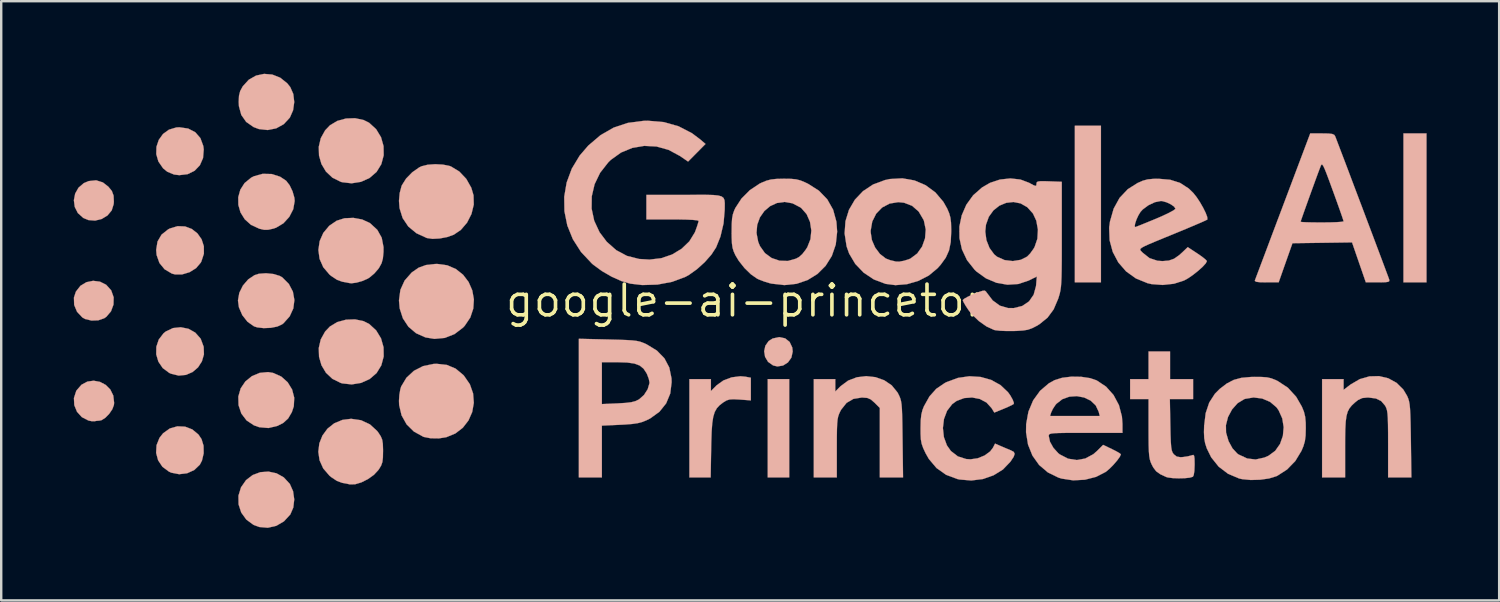
<source format=kicad_pcb>
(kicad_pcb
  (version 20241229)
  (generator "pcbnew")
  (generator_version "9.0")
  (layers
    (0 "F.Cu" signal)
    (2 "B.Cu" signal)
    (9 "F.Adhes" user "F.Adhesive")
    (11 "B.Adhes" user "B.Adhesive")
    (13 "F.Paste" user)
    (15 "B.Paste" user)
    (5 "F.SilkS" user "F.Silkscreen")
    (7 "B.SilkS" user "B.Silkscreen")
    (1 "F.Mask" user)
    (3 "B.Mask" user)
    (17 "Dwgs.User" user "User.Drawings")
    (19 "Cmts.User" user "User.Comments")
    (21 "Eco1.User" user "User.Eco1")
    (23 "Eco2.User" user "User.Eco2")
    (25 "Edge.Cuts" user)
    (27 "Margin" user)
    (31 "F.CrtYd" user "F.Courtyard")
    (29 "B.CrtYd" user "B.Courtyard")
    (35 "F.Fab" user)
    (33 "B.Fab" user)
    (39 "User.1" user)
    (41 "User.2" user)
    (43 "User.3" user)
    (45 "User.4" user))
  (footprint "google-ai-princeton"
    (layer "F.Cu")
    (at 27.934 9.388)
    (property "Reference" "google-ai-princeton" (at 0 0 0) (layer "F.SilkS") (effects (font (size 1.27 1.27) (thickness 0.15))))
    (attr through_hole)
    (fp_poly (pts (xy 1.651 7.303) (xy 0.762 7.303) (xy 0.762 3.239) (xy 1.651 3.239) (xy 1.651 7.303)) (stroke (width 0.01) (type solid)) (fill yes) (layer "B.SilkS"))
    (fp_poly (pts (xy 14.541 -0.762) (xy 13.462 -0.762) (xy 13.462 -7.239) (xy 14.541 -7.239) (xy 14.541 -0.762)) (stroke (width 0.01) (type solid)) (fill yes) (layer "B.SilkS"))
    (fp_poly (pts (xy 28.003 -0.762) (xy 27.051 -0.762) (xy 27.051 -6.921) (xy 28.003 -6.921) (xy 28.003 -0.762)) (stroke (width 0.01) (type solid)) (fill yes) (layer "B.SilkS"))
    (fp_poly (pts (xy 1.482 1.553) (xy 1.668 1.701) (xy 1.777 1.931) (xy 1.795 2.099) (xy 1.741 2.349) (xy 1.599 2.548) (xy 1.396 2.677) (xy 1.161 2.715) (xy 0.984 2.673) (xy 0.776 2.525) (xy 0.653 2.319) (xy 0.615 2.086) (xy 0.665 1.857) (xy 0.801 1.664) (xy 0.966 1.559) (xy 1.241 1.501) (xy 1.482 1.553)) (stroke (width 0.01) (type solid)) (fill yes) (layer "B.SilkS"))
    (fp_poly (pts (xy -26.851 -0.791) (xy -26.594 -0.663) (xy -26.392 -0.439) (xy -26.384 -0.427) (xy -26.284 -0.144) (xy -26.291 0.155) (xy -26.394 0.435) (xy -26.586 0.661) (xy -26.673 0.722) (xy -26.918 0.807) (xy -27.2 0.817) (xy -27.462 0.754) (xy -27.577 0.69) (xy -27.798 0.455) (xy -27.917 0.172) (xy -27.927 -0.131) (xy -27.846 -0.379) (xy -27.659 -0.619) (xy -27.411 -0.769) (xy -27.133 -0.826) (xy -26.851 -0.791)) (stroke (width 0.01) (type solid)) (fill yes) (layer "B.SilkS"))
    (fp_poly (pts (xy -26.729 -4.894) (xy -26.504 -4.719) (xy -26.358 -4.54) (xy -26.287 -4.347) (xy -26.276 -4.096) (xy -26.283 -4) (xy -26.364 -3.739) (xy -26.538 -3.529) (xy -26.776 -3.384) (xy -27.051 -3.316) (xy -27.334 -3.339) (xy -27.54 -3.426) (xy -27.765 -3.628) (xy -27.893 -3.881) (xy -27.929 -4.158) (xy -27.876 -4.432) (xy -27.738 -4.677) (xy -27.519 -4.865) (xy -27.317 -4.95) (xy -27.008 -4.982) (xy -26.729 -4.894)) (stroke (width 0.01) (type solid)) (fill yes) (layer "B.SilkS"))
    (fp_poly (pts (xy -23.331 5.205) (xy -23.032 5.319) (xy -22.779 5.529) (xy -22.65 5.72) (xy -22.567 5.993) (xy -22.562 6.308) (xy -22.632 6.608) (xy -22.72 6.777) (xy -22.951 6.998) (xy -23.247 7.132) (xy -23.575 7.171) (xy -23.9 7.108) (xy -23.998 7.064) (xy -24.268 6.863) (xy -24.446 6.596) (xy -24.528 6.29) (xy -24.511 5.972) (xy -24.39 5.669) (xy -24.24 5.478) (xy -23.962 5.28) (xy -23.65 5.191) (xy -23.331 5.205)) (stroke (width 0.01) (type solid)) (fill yes) (layer "B.SilkS"))
    (fp_poly (pts (xy -23.203 -7.122) (xy -22.908 -6.969) (xy -22.697 -6.726) (xy -22.578 -6.403) (xy -22.559 -6.261) (xy -22.588 -5.903) (xy -22.719 -5.604) (xy -22.937 -5.377) (xy -23.226 -5.236) (xy -23.57 -5.195) (xy -23.786 -5.221) (xy -24.064 -5.335) (xy -24.24 -5.478) (xy -24.434 -5.759) (xy -24.522 -6.063) (xy -24.514 -6.369) (xy -24.418 -6.654) (xy -24.243 -6.898) (xy -23.998 -7.076) (xy -23.691 -7.168) (xy -23.568 -7.175) (xy -23.203 -7.122)) (stroke (width 0.01) (type solid)) (fill yes) (layer "B.SilkS"))
    (fp_poly (pts (xy -23.329 -3.074) (xy -23.051 -2.969) (xy -22.819 -2.786) (xy -22.648 -2.544) (xy -22.555 -2.257) (xy -22.553 -1.945) (xy -22.659 -1.622) (xy -22.681 -1.58) (xy -22.875 -1.351) (xy -23.144 -1.183) (xy -23.449 -1.092) (xy -23.751 -1.092) (xy -23.876 -1.125) (xy -24.177 -1.302) (xy -24.391 -1.563) (xy -24.508 -1.893) (xy -24.526 -2.103) (xy -24.47 -2.451) (xy -24.305 -2.735) (xy -24.033 -2.952) (xy -23.964 -2.988) (xy -23.639 -3.086) (xy -23.329 -3.074)) (stroke (width 0.01) (type solid)) (fill yes) (layer "B.SilkS"))
    (fp_poly (pts (xy -23.191 1.158) (xy -22.91 1.315) (xy -22.696 1.556) (xy -22.681 1.58) (xy -22.562 1.901) (xy -22.551 2.215) (xy -22.635 2.504) (xy -22.796 2.754) (xy -23.021 2.946) (xy -23.293 3.064) (xy -23.596 3.093) (xy -23.916 3.014) (xy -23.986 2.982) (xy -24.255 2.782) (xy -24.435 2.517) (xy -24.524 2.215) (xy -24.519 1.901) (xy -24.419 1.602) (xy -24.221 1.344) (xy -24.125 1.267) (xy -23.83 1.128) (xy -23.508 1.094) (xy -23.191 1.158)) (stroke (width 0.01) (type solid)) (fill yes) (layer "B.SilkS"))
    (fp_poly (pts (xy -19.693 2.982) (xy -19.354 3.133) (xy -19.088 3.37) (xy -18.905 3.669) (xy -18.817 4.008) (xy -18.835 4.362) (xy -18.915 4.604) (xy -19.069 4.866) (xy -19.269 5.049) (xy -19.511 5.173) (xy -19.882 5.261) (xy -20.263 5.228) (xy -20.484 5.15) (xy -20.788 4.947) (xy -21.004 4.663) (xy -21.12 4.318) (xy -21.129 3.961) (xy -21.031 3.621) (xy -20.836 3.333) (xy -20.566 3.115) (xy -20.246 2.981) (xy -19.899 2.948) (xy -19.693 2.982)) (stroke (width 0.01) (type solid)) (fill yes) (layer "B.SilkS"))
    (fp_poly (pts (xy -19.552 7.133) (xy -19.251 7.301) (xy -19.004 7.567) (xy -18.998 7.575) (xy -18.865 7.875) (xy -18.817 8.213) (xy -18.855 8.547) (xy -18.978 8.833) (xy -18.981 8.837) (xy -19.242 9.12) (xy -19.559 9.305) (xy -19.908 9.385) (xy -20.265 9.354) (xy -20.5 9.266) (xy -20.798 9.048) (xy -21.008 8.757) (xy -21.119 8.419) (xy -21.124 8.06) (xy -21.018 7.715) (xy -20.81 7.415) (xy -20.536 7.205) (xy -20.218 7.087) (xy -19.883 7.063) (xy -19.552 7.133)) (stroke (width 0.01) (type solid)) (fill yes) (layer "B.SilkS"))
    (fp_poly (pts (xy -26.849 3.353) (xy -26.613 3.478) (xy -26.422 3.669) (xy -26.299 3.92) (xy -26.265 4.22) (xy -26.274 4.31) (xy -26.34 4.486) (xy -26.468 4.673) (xy -26.626 4.835) (xy -26.783 4.936) (xy -26.857 4.953) (xy -27.006 4.967) (xy -27.062 4.979) (xy -27.181 4.981) (xy -27.328 4.951) (xy -27.601 4.81) (xy -27.8 4.589) (xy -27.912 4.316) (xy -27.927 4.022) (xy -27.834 3.734) (xy -27.816 3.702) (xy -27.614 3.471) (xy -27.371 3.341) (xy -27.109 3.305) (xy -26.849 3.353)) (stroke (width 0.01) (type solid)) (fill yes) (layer "B.SilkS"))
    (fp_poly (pts (xy -15.95 -7.476) (xy -15.721 -7.362) (xy -15.429 -7.095) (xy -15.228 -6.764) (xy -15.124 -6.397) (xy -15.118 -6.017) (xy -15.216 -5.649) (xy -15.412 -5.33) (xy -15.702 -5.079) (xy -16.057 -4.919) (xy -16.446 -4.858) (xy -16.838 -4.904) (xy -16.895 -4.921) (xy -17.238 -5.091) (xy -17.505 -5.343) (xy -17.691 -5.654) (xy -17.792 -6.003) (xy -17.803 -6.366) (xy -17.72 -6.723) (xy -17.539 -7.049) (xy -17.34 -7.257) (xy -17.037 -7.438) (xy -16.678 -7.537) (xy -16.303 -7.55) (xy -15.95 -7.476)) (stroke (width 0.01) (type solid)) (fill yes) (layer "B.SilkS"))
    (fp_poly (pts (xy -15.95 0.842) (xy -15.721 0.956) (xy -15.429 1.224) (xy -15.228 1.554) (xy -15.124 1.922) (xy -15.118 2.302) (xy -15.216 2.669) (xy -15.412 2.989) (xy -15.698 3.235) (xy -16.051 3.395) (xy -16.439 3.458) (xy -16.828 3.416) (xy -16.895 3.397) (xy -17.238 3.228) (xy -17.505 2.977) (xy -17.69 2.667) (xy -17.791 2.318) (xy -17.803 1.955) (xy -17.721 1.599) (xy -17.541 1.273) (xy -17.34 1.061) (xy -17.037 0.88) (xy -16.678 0.782) (xy -16.303 0.768) (xy -15.95 0.842)) (stroke (width 0.01) (type solid)) (fill yes) (layer "B.SilkS"))
    (fp_poly (pts (xy -19.722 -9.354) (xy -19.396 -9.225) (xy -19.109 -8.996) (xy -18.981 -8.837) (xy -18.856 -8.552) (xy -18.817 -8.218) (xy -18.864 -7.88) (xy -18.996 -7.579) (xy -18.998 -7.575) (xy -19.248 -7.305) (xy -19.562 -7.131) (xy -19.914 -7.061) (xy -20.277 -7.101) (xy -20.5 -7.185) (xy -20.805 -7.398) (xy -21.006 -7.685) (xy -21.104 -8.044) (xy -21.114 -8.223) (xy -21.101 -8.481) (xy -21.052 -8.673) (xy -20.951 -8.859) (xy -20.943 -8.871) (xy -20.696 -9.142) (xy -20.394 -9.313) (xy -20.062 -9.383) (xy -19.722 -9.354)) (stroke (width 0.01) (type solid)) (fill yes) (layer "B.SilkS"))
    (fp_poly (pts (xy -19.68 -1.108) (xy -19.42 -1.03) (xy -19.313 -0.97) (xy -19.04 -0.697) (xy -18.872 -0.377) (xy -18.811 -0.032) (xy -18.855 0.316) (xy -19.005 0.643) (xy -19.26 0.928) (xy -19.321 0.975) (xy -19.517 1.065) (xy -19.787 1.118) (xy -20.081 1.13) (xy -20.348 1.099) (xy -20.479 1.057) (xy -20.75 0.867) (xy -20.966 0.592) (xy -21.105 0.269) (xy -21.144 -0.014) (xy -21.088 -0.33) (xy -20.939 -0.631) (xy -20.721 -0.884) (xy -20.459 -1.06) (xy -20.282 -1.117) (xy -19.984 -1.139) (xy -19.68 -1.108)) (stroke (width 0.01) (type solid)) (fill yes) (layer "B.SilkS"))
    (fp_poly (pts (xy -19.752 -5.242) (xy -19.402 -5.131) (xy -19.154 -4.966) (xy -19.009 -4.781) (xy -18.887 -4.526) (xy -18.811 -4.26) (xy -18.799 -4.128) (xy -18.858 -3.787) (xy -19.022 -3.469) (xy -19.265 -3.204) (xy -19.567 -3.023) (xy -19.671 -2.987) (xy -19.891 -2.937) (xy -20.063 -2.935) (xy -20.258 -2.98) (xy -20.266 -2.983) (xy -20.605 -3.14) (xy -20.863 -3.371) (xy -21.038 -3.652) (xy -21.128 -3.964) (xy -21.132 -4.285) (xy -21.046 -4.594) (xy -20.87 -4.869) (xy -20.6 -5.09) (xy -20.484 -5.15) (xy -20.125 -5.25) (xy -19.752 -5.242)) (stroke (width 0.01) (type solid)) (fill yes) (layer "B.SilkS"))
    (fp_poly (pts (xy -0.166 3.138) (xy 0.064 3.181) (xy 0.064 4.118) (xy -0.397 4.084) (xy -0.648 4.071) (xy -0.816 4.081) (xy -0.944 4.122) (xy -1.073 4.2) (xy -1.074 4.2) (xy -1.226 4.317) (xy -1.343 4.444) (xy -1.429 4.598) (xy -1.491 4.8) (xy -1.532 5.066) (xy -1.557 5.415) (xy -1.572 5.865) (xy -1.576 6.08) (xy -1.597 7.303) (xy -2.477 7.303) (xy -2.477 3.239) (xy -1.587 3.239) (xy -1.587 3.732) (xy -1.349 3.493) (xy -1.072 3.295) (xy -0.73 3.166) (xy -0.369 3.12) (xy -0.166 3.138)) (stroke (width 0.01) (type solid)) (fill yes) (layer "B.SilkS"))
    (fp_poly (pts (xy -12.491 -1.468) (xy -12.131 -1.313) (xy -11.834 -1.076) (xy -11.606 -0.776) (xy -11.455 -0.431) (xy -11.388 -0.06) (xy -11.413 0.321) (xy -11.536 0.691) (xy -11.767 1.034) (xy -11.834 1.106) (xy -12.189 1.377) (xy -12.591 1.535) (xy -13.021 1.575) (xy -13.392 1.514) (xy -13.781 1.34) (xy -14.096 1.072) (xy -14.325 0.725) (xy -14.457 0.315) (xy -14.486 -0.015) (xy -14.427 -0.453) (xy -14.253 -0.836) (xy -13.965 -1.164) (xy -13.953 -1.175) (xy -13.673 -1.369) (xy -13.366 -1.48) (xy -12.994 -1.522) (xy -12.904 -1.524) (xy -12.491 -1.468)) (stroke (width 0.01) (type solid)) (fill yes) (layer "B.SilkS"))
    (fp_poly (pts (xy -12.5 2.654) (xy -12.142 2.805) (xy -11.826 3.068) (xy -11.798 3.099) (xy -11.554 3.452) (xy -11.421 3.832) (xy -11.391 4.22) (xy -11.457 4.598) (xy -11.611 4.947) (xy -11.846 5.25) (xy -12.155 5.487) (xy -12.529 5.641) (xy -12.839 5.69) (xy -13.179 5.685) (xy -13.453 5.631) (xy -13.478 5.623) (xy -13.867 5.409) (xy -14.171 5.11) (xy -14.378 4.739) (xy -14.479 4.312) (xy -14.486 4.138) (xy -14.47 3.889) (xy -14.43 3.658) (xy -14.396 3.546) (xy -14.177 3.181) (xy -13.87 2.896) (xy -13.492 2.702) (xy -13.063 2.611) (xy -12.922 2.606) (xy -12.5 2.654)) (stroke (width 0.01) (type solid)) (fill yes) (layer "B.SilkS"))
    (fp_poly (pts (xy -12.666 -5.631) (xy -12.39 -5.574) (xy -12.333 -5.553) (xy -11.99 -5.345) (xy -11.704 -5.043) (xy -11.496 -4.676) (xy -11.403 -4.362) (xy -11.393 -3.978) (xy -11.488 -3.59) (xy -11.671 -3.231) (xy -11.928 -2.931) (xy -12.219 -2.733) (xy -12.49 -2.636) (xy -12.8 -2.577) (xy -13.099 -2.561) (xy -13.335 -2.596) (xy -13.335 -2.596) (xy -13.765 -2.794) (xy -14.1 -3.071) (xy -14.335 -3.421) (xy -14.463 -3.833) (xy -14.486 -4.132) (xy -14.456 -4.456) (xy -14.379 -4.745) (xy -14.365 -4.778) (xy -14.191 -5.054) (xy -13.937 -5.314) (xy -13.649 -5.516) (xy -13.548 -5.564) (xy -13.3 -5.626) (xy -12.988 -5.648) (xy -12.666 -5.631)) (stroke (width 0.01) (type solid)) (fill yes) (layer "B.SilkS"))
    (fp_poly (pts (xy -16.008 -3.362) (xy -15.693 -3.217) (xy -15.676 -3.205) (xy -15.382 -2.933) (xy -15.2 -2.608) (xy -15.125 -2.219) (xy -15.126 -2.019) (xy -15.151 -1.751) (xy -15.205 -1.554) (xy -15.305 -1.372) (xy -15.34 -1.32) (xy -15.507 -1.128) (xy -15.704 -0.962) (xy -15.783 -0.913) (xy -16.005 -0.817) (xy -16.245 -0.75) (xy -16.452 -0.724) (xy -16.542 -0.734) (xy -16.643 -0.755) (xy -16.808 -0.785) (xy -16.836 -0.79) (xy -17.052 -0.87) (xy -17.295 -1.032) (xy -17.36 -1.086) (xy -17.618 -1.39) (xy -17.77 -1.736) (xy -17.818 -2.102) (xy -17.766 -2.466) (xy -17.616 -2.806) (xy -17.371 -3.1) (xy -17.065 -3.31) (xy -16.74 -3.413) (xy -16.373 -3.429) (xy -16.008 -3.362)) (stroke (width 0.01) (type solid)) (fill yes) (layer "B.SilkS"))
    (fp_poly (pts (xy -16.054 4.939) (xy -15.689 5.109) (xy -15.392 5.38) (xy -15.336 5.454) (xy -15.237 5.607) (xy -15.18 5.745) (xy -15.153 5.913) (xy -15.145 6.154) (xy -15.145 6.223) (xy -15.15 6.487) (xy -15.172 6.668) (xy -15.222 6.811) (xy -15.311 6.959) (xy -15.336 6.995) (xy -15.52 7.195) (xy -15.766 7.371) (xy -16.037 7.508) (xy -16.3 7.587) (xy -16.517 7.592) (xy -16.542 7.586) (xy -16.643 7.563) (xy -16.808 7.533) (xy -16.836 7.528) (xy -17.052 7.448) (xy -17.295 7.287) (xy -17.36 7.232) (xy -17.619 6.931) (xy -17.77 6.595) (xy -17.821 6.244) (xy -17.779 5.896) (xy -17.65 5.571) (xy -17.442 5.288) (xy -17.163 5.066) (xy -16.819 4.924) (xy -16.464 4.88) (xy -16.054 4.939)) (stroke (width 0.01) (type solid)) (fill yes) (layer "B.SilkS"))
    (fp_poly (pts (xy 5.219 3.158) (xy 5.579 3.286) (xy 5.889 3.496) (xy 6.126 3.786) (xy 6.156 3.84) (xy 6.206 3.942) (xy 6.245 4.038) (xy 6.274 4.146) (xy 6.296 4.285) (xy 6.311 4.472) (xy 6.321 4.724) (xy 6.329 5.06) (xy 6.335 5.498) (xy 6.338 5.729) (xy 6.358 7.303) (xy 5.397 7.303) (xy 5.397 4.432) (xy 5.182 4.216) (xy 5.027 4.081) (xy 4.881 4.017) (xy 4.68 4.001) (xy 4.651 4) (xy 4.306 4.056) (xy 4.023 4.221) (xy 3.801 4.499) (xy 3.762 4.57) (xy 3.713 4.676) (xy 3.676 4.784) (xy 3.65 4.913) (xy 3.634 5.084) (xy 3.625 5.32) (xy 3.62 5.64) (xy 3.619 6.065) (xy 3.619 7.303) (xy 2.667 7.303) (xy 2.667 3.239) (xy 3.556 3.239) (xy 3.556 3.751) (xy 3.774 3.533) (xy 4.087 3.3) (xy 4.449 3.162) (xy 4.834 3.116) (xy 5.219 3.158)) (stroke (width 0.01) (type solid)) (fill yes) (layer "B.SilkS"))
    (fp_poly (pts (xy 26.424 3.205) (xy 26.765 3.392) (xy 27.046 3.671) (xy 27.204 3.937) (xy 27.246 4.037) (xy 27.279 4.145) (xy 27.304 4.28) (xy 27.322 4.458) (xy 27.335 4.698) (xy 27.345 5.018) (xy 27.353 5.435) (xy 27.358 5.763) (xy 27.378 7.303) (xy 26.416 7.303) (xy 26.416 5.921) (xy 26.415 5.463) (xy 26.411 5.113) (xy 26.404 4.854) (xy 26.391 4.668) (xy 26.371 4.535) (xy 26.342 4.438) (xy 26.304 4.358) (xy 26.289 4.332) (xy 26.129 4.146) (xy 25.913 4.04) (xy 25.613 4.001) (xy 25.557 4) (xy 25.346 4.022) (xy 25.173 4.103) (xy 25.044 4.206) (xy 24.914 4.328) (xy 24.815 4.449) (xy 24.743 4.589) (xy 24.694 4.766) (xy 24.663 4.999) (xy 24.646 5.308) (xy 24.639 5.711) (xy 24.638 6.062) (xy 24.638 7.303) (xy 23.686 7.303) (xy 23.686 3.239) (xy 24.575 3.239) (xy 24.575 3.682) (xy 24.862 3.463) (xy 25.243 3.24) (xy 25.644 3.125) (xy 26.044 3.115) (xy 26.424 3.205)) (stroke (width 0.01) (type solid)) (fill yes) (layer "B.SilkS"))
    (fp_poly (pts (xy 17.399 3.239) (xy 18.352 3.239) (xy 18.352 4.064) (xy 17.391 4.064) (xy 17.411 5.137) (xy 17.419 5.536) (xy 17.43 5.828) (xy 17.445 6.033) (xy 17.467 6.172) (xy 17.498 6.264) (xy 17.541 6.331) (xy 17.556 6.349) (xy 17.676 6.442) (xy 17.831 6.468) (xy 17.937 6.461) (xy 18.131 6.432) (xy 18.283 6.394) (xy 18.304 6.386) (xy 18.362 6.372) (xy 18.395 6.412) (xy 18.411 6.528) (xy 18.415 6.744) (xy 18.415 6.784) (xy 18.405 7.033) (xy 18.378 7.207) (xy 18.343 7.276) (xy 18.214 7.314) (xy 18.003 7.336) (xy 17.753 7.342) (xy 17.507 7.332) (xy 17.31 7.306) (xy 17.24 7.286) (xy 16.99 7.169) (xy 16.824 7.049) (xy 16.705 6.892) (xy 16.643 6.776) (xy 16.596 6.669) (xy 16.562 6.556) (xy 16.538 6.416) (xy 16.523 6.228) (xy 16.514 5.972) (xy 16.511 5.625) (xy 16.51 5.282) (xy 16.51 4.064) (xy 15.748 4.064) (xy 15.748 3.239) (xy 16.51 3.239) (xy 16.51 2.095) (xy 17.399 2.095) (xy 17.399 3.239)) (stroke (width 0.01) (type solid)) (fill yes) (layer "B.SilkS"))
    (fp_poly (pts (xy -5.826 1.6) (xy -5.399 1.611) (xy -5.077 1.623) (xy -4.838 1.638) (xy -4.66 1.659) (xy -4.521 1.689) (xy -4.399 1.732) (xy -4.271 1.788) (xy -4.244 1.801) (xy -3.821 2.059) (xy -3.509 2.379) (xy -3.308 2.76) (xy -3.217 3.204) (xy -3.211 3.365) (xy -3.268 3.833) (xy -3.438 4.242) (xy -3.715 4.588) (xy -4.097 4.864) (xy -4.242 4.937) (xy -4.421 5.01) (xy -4.61 5.06) (xy -4.843 5.094) (xy -5.154 5.118) (xy -5.337 5.127) (xy -6.096 5.162) (xy -6.096 7.303) (xy -7.048 7.303) (xy -7.048 2.54) (xy -6.096 2.54) (xy -6.096 4.271) (xy -5.438 4.242) (xy -5.111 4.222) (xy -4.88 4.194) (xy -4.711 4.15) (xy -4.575 4.085) (xy -4.556 4.074) (xy -4.353 3.894) (xy -4.201 3.656) (xy -4.129 3.411) (xy -4.128 3.369) (xy -4.156 3.227) (xy -4.226 3.042) (xy -4.251 2.991) (xy -4.372 2.807) (xy -4.53 2.678) (xy -4.748 2.596) (xy -5.046 2.553) (xy -5.448 2.54) (xy -5.455 2.54) (xy -6.096 2.54) (xy -7.048 2.54) (xy -7.048 1.571) (xy -5.826 1.6)) (stroke (width 0.01) (type solid)) (fill yes) (layer "B.SilkS"))
    (fp_poly (pts (xy 6.832 -4.976) (xy 7.292 -4.779) (xy 7.695 -4.482) (xy 8.025 -4.093) (xy 8.185 -3.81) (xy 8.266 -3.619) (xy 8.316 -3.441) (xy 8.342 -3.233) (xy 8.35 -2.951) (xy 8.35 -2.857) (xy 8.33 -2.429) (xy 8.26 -2.084) (xy 8.126 -1.784) (xy 7.913 -1.49) (xy 7.782 -1.344) (xy 7.424 -1.046) (xy 6.993 -0.824) (xy 6.523 -0.687) (xy 6.045 -0.647) (xy 5.635 -0.7) (xy 5.152 -0.882) (xy 4.729 -1.163) (xy 4.382 -1.526) (xy 4.128 -1.954) (xy 4.024 -2.249) (xy 3.942 -2.782) (xy 3.946 -2.844) (xy 5.018 -2.844) (xy 5.069 -2.514) (xy 5.204 -2.202) (xy 5.403 -1.936) (xy 5.646 -1.748) (xy 5.831 -1.677) (xy 5.98 -1.643) (xy 6.064 -1.621) (xy 6.201 -1.619) (xy 6.397 -1.655) (xy 6.595 -1.717) (xy 6.668 -1.749) (xy 6.944 -1.956) (xy 7.147 -2.244) (xy 7.268 -2.584) (xy 7.296 -2.948) (xy 7.222 -3.306) (xy 7.204 -3.351) (xy 7.004 -3.69) (xy 6.733 -3.927) (xy 6.4 -4.055) (xy 6.16 -4.079) (xy 5.801 -4.02) (xy 5.492 -3.856) (xy 5.248 -3.604) (xy 5.085 -3.279) (xy 5.019 -2.899) (xy 5.018 -2.844) (xy 3.946 -2.844) (xy 3.977 -3.291) (xy 4.122 -3.762) (xy 4.367 -4.181) (xy 4.703 -4.535) (xy 5.122 -4.811) (xy 5.616 -4.994) (xy 5.808 -5.035) (xy 6.332 -5.064) (xy 6.832 -4.976)) (stroke (width 0.01) (type solid)) (fill yes) (layer "B.SilkS"))
    (fp_poly (pts (xy 9.568 3.15) (xy 10.003 3.272) (xy 10.387 3.485) (xy 10.7 3.782) (xy 10.796 3.917) (xy 10.892 4.089) (xy 10.94 4.218) (xy 10.936 4.266) (xy 10.855 4.314) (xy 10.692 4.391) (xy 10.509 4.469) (xy 10.132 4.622) (xy 10.019 4.438) (xy 9.81 4.208) (xy 9.532 4.06) (xy 9.213 3.998) (xy 8.885 4.023) (xy 8.575 4.14) (xy 8.389 4.275) (xy 8.178 4.549) (xy 8.05 4.889) (xy 8.006 5.261) (xy 8.046 5.635) (xy 8.172 5.979) (xy 8.337 6.212) (xy 8.625 6.434) (xy 8.967 6.543) (xy 9.149 6.555) (xy 9.447 6.512) (xy 9.731 6.396) (xy 9.96 6.228) (xy 10.073 6.081) (xy 10.163 5.905) (xy 10.4 6.008) (xy 10.603 6.095) (xy 10.79 6.173) (xy 10.811 6.181) (xy 10.934 6.246) (xy 10.974 6.328) (xy 10.932 6.452) (xy 10.805 6.643) (xy 10.795 6.657) (xy 10.489 6.976) (xy 10.102 7.216) (xy 9.657 7.371) (xy 9.18 7.431) (xy 8.694 7.39) (xy 8.604 7.37) (xy 8.138 7.196) (xy 7.743 6.917) (xy 7.424 6.539) (xy 7.289 6.301) (xy 7.19 6.088) (xy 7.128 5.913) (xy 7.095 5.732) (xy 7.083 5.502) (xy 7.082 5.272) (xy 7.089 4.946) (xy 7.114 4.707) (xy 7.162 4.513) (xy 7.223 4.361) (xy 7.452 3.952) (xy 7.73 3.641) (xy 8.082 3.401) (xy 8.16 3.361) (xy 8.626 3.189) (xy 9.102 3.12) (xy 9.568 3.15)) (stroke (width 0.01) (type solid)) (fill yes) (layer "B.SilkS"))
    (fp_poly (pts (xy 21.192 3.15) (xy 21.408 3.166) (xy 21.582 3.205) (xy 21.755 3.272) (xy 21.854 3.32) (xy 22.271 3.594) (xy 22.615 3.97) (xy 22.848 4.374) (xy 22.936 4.589) (xy 22.986 4.794) (xy 23.009 5.038) (xy 23.012 5.271) (xy 23.004 5.573) (xy 22.975 5.801) (xy 22.915 6.01) (xy 22.832 6.207) (xy 22.579 6.625) (xy 22.238 6.976) (xy 21.836 7.235) (xy 21.792 7.255) (xy 21.493 7.347) (xy 21.125 7.399) (xy 20.738 7.41) (xy 20.384 7.376) (xy 20.253 7.347) (xy 19.798 7.154) (xy 19.409 6.859) (xy 19.101 6.474) (xy 18.917 6.101) (xy 18.849 5.889) (xy 18.812 5.681) (xy 18.801 5.431) (xy 18.808 5.172) (xy 18.812 5.144) (xy 19.709 5.144) (xy 19.715 5.45) (xy 19.817 5.8) (xy 19.98 6.102) (xy 20.184 6.321) (xy 20.236 6.357) (xy 20.59 6.521) (xy 20.938 6.562) (xy 21.298 6.483) (xy 21.474 6.406) (xy 21.749 6.202) (xy 21.947 5.92) (xy 22.065 5.585) (xy 22.097 5.225) (xy 22.039 4.863) (xy 21.888 4.528) (xy 21.798 4.403) (xy 21.537 4.181) (xy 21.21 4.042) (xy 20.853 3.997) (xy 20.503 4.055) (xy 20.467 4.068) (xy 20.193 4.234) (xy 19.964 4.491) (xy 19.796 4.805) (xy 19.709 5.144) (xy 18.812 5.144) (xy 18.872 4.647) (xy 19.019 4.209) (xy 19.254 3.844) (xy 19.451 3.646) (xy 19.745 3.42) (xy 20.033 3.271) (xy 20.352 3.185) (xy 20.744 3.15) (xy 20.892 3.147) (xy 21.192 3.15)) (stroke (width 0.01) (type solid)) (fill yes) (layer "B.SilkS"))
    (fp_poly (pts (xy 1.721 -5.043) (xy 1.933 -5.023) (xy 2.112 -4.978) (xy 2.308 -4.897) (xy 2.427 -4.84) (xy 2.876 -4.555) (xy 3.224 -4.196) (xy 3.467 -3.766) (xy 3.603 -3.268) (xy 3.633 -2.857) (xy 3.576 -2.328) (xy 3.413 -1.854) (xy 3.156 -1.445) (xy 2.819 -1.11) (xy 2.414 -0.859) (xy 1.954 -0.702) (xy 1.451 -0.649) (xy 0.919 -0.71) (xy 0.857 -0.724) (xy 0.621 -0.795) (xy 0.397 -0.881) (xy 0.325 -0.915) (xy 0.068 -1.094) (xy -0.197 -1.352) (xy -0.433 -1.65) (xy -0.572 -1.879) (xy -0.645 -2.039) (xy -0.692 -2.192) (xy -0.718 -2.376) (xy -0.729 -2.625) (xy -0.73 -2.798) (xy 0.299 -2.798) (xy 0.369 -2.436) (xy 0.441 -2.262) (xy 0.646 -1.973) (xy 0.924 -1.769) (xy 1.25 -1.658) (xy 1.595 -1.647) (xy 1.933 -1.743) (xy 2.07 -1.82) (xy 2.195 -1.935) (xy 2.333 -2.113) (xy 2.399 -2.215) (xy 2.53 -2.548) (xy 2.566 -2.907) (xy 2.511 -3.262) (xy 2.372 -3.58) (xy 2.153 -3.831) (xy 2.112 -3.862) (xy 1.784 -4.031) (xy 1.457 -4.088) (xy 1.146 -4.045) (xy 0.863 -3.915) (xy 0.623 -3.712) (xy 0.44 -3.45) (xy 0.327 -3.141) (xy 0.299 -2.798) (xy -0.73 -2.798) (xy -0.73 -2.857) (xy -0.726 -3.177) (xy -0.711 -3.406) (xy -0.678 -3.58) (xy -0.623 -3.737) (xy -0.575 -3.84) (xy -0.321 -4.23) (xy 0.024 -4.576) (xy 0.422 -4.842) (xy 0.496 -4.878) (xy 0.701 -4.964) (xy 0.893 -5.015) (xy 1.117 -5.04) (xy 1.419 -5.047) (xy 1.43 -5.047) (xy 1.721 -5.043)) (stroke (width 0.01) (type solid)) (fill yes) (layer "B.SilkS"))
    (fp_poly (pts (xy 13.722 3.143) (xy 14.095 3.199) (xy 14.365 3.292) (xy 14.753 3.55) (xy 15.063 3.897) (xy 15.286 4.315) (xy 15.409 4.785) (xy 15.431 5.087) (xy 15.431 5.461) (xy 13.906 5.461) (xy 13.429 5.461) (xy 13.063 5.463) (xy 12.794 5.468) (xy 12.607 5.476) (xy 12.488 5.49) (xy 12.421 5.511) (xy 12.391 5.539) (xy 12.383 5.577) (xy 12.383 5.594) (xy 12.435 5.83) (xy 12.574 6.079) (xy 12.773 6.299) (xy 12.84 6.352) (xy 13.182 6.529) (xy 13.54 6.585) (xy 13.894 6.522) (xy 14.228 6.342) (xy 14.378 6.211) (xy 14.631 5.958) (xy 14.999 6.134) (xy 15.188 6.23) (xy 15.321 6.308) (xy 15.367 6.349) (xy 15.324 6.447) (xy 15.214 6.6) (xy 15.064 6.775) (xy 14.9 6.941) (xy 14.75 7.068) (xy 14.74 7.075) (xy 14.339 7.281) (xy 13.878 7.399) (xy 13.393 7.425) (xy 12.92 7.353) (xy 12.785 7.312) (xy 12.346 7.097) (xy 11.984 6.789) (xy 11.708 6.401) (xy 11.526 5.946) (xy 11.444 5.438) (xy 11.449 5.1) (xy 11.51 4.763) (xy 12.437 4.763) (xy 14.492 4.763) (xy 14.448 4.588) (xy 14.324 4.325) (xy 14.114 4.127) (xy 13.846 3.999) (xy 13.544 3.943) (xy 13.235 3.965) (xy 12.946 4.068) (xy 12.703 4.257) (xy 12.661 4.306) (xy 12.553 4.469) (xy 12.482 4.62) (xy 12.437 4.763) (xy 11.51 4.763) (xy 11.543 4.583) (xy 11.738 4.119) (xy 12.023 3.724) (xy 12.387 3.413) (xy 12.627 3.28) (xy 12.941 3.183) (xy 13.322 3.137) (xy 13.722 3.143)) (stroke (width 0.01) (type solid)) (fill yes) (layer "B.SilkS"))
    (fp_poly (pts (xy -3.53 -7.388) (xy -2.924 -7.216) (xy -2.371 -6.93) (xy -2.032 -6.675) (xy -1.81 -6.485) (xy -2.17 -6.121) (xy -2.531 -5.757) (xy -2.869 -5.989) (xy -3.339 -6.241) (xy -3.837 -6.38) (xy -4.343 -6.406) (xy -4.839 -6.322) (xy -5.306 -6.129) (xy -5.725 -5.828) (xy -5.827 -5.729) (xy -6.168 -5.295) (xy -6.397 -4.82) (xy -6.514 -4.32) (xy -6.52 -3.811) (xy -6.413 -3.311) (xy -6.193 -2.837) (xy -5.895 -2.441) (xy -5.501 -2.093) (xy -5.059 -1.857) (xy -4.559 -1.73) (xy -4.124 -1.704) (xy -3.642 -1.761) (xy -3.193 -1.914) (xy -2.799 -2.151) (xy -2.479 -2.459) (xy -2.254 -2.824) (xy -2.226 -2.894) (xy -2.155 -3.093) (xy -2.108 -3.245) (xy -2.095 -3.304) (xy -2.157 -3.327) (xy -2.331 -3.345) (xy -2.605 -3.358) (xy -2.964 -3.365) (xy -3.175 -3.365) (xy -4.255 -3.365) (xy -4.255 -4.381) (xy -2.674 -4.381) (xy -2.171 -4.382) (xy -1.781 -4.382) (xy -1.49 -4.374) (xy -1.283 -4.353) (xy -1.146 -4.315) (xy -1.065 -4.253) (xy -1.026 -4.163) (xy -1.014 -4.039) (xy -1.015 -3.876) (xy -1.017 -3.757) (xy -1.064 -3.201) (xy -1.193 -2.654) (xy -1.373 -2.207) (xy -1.569 -1.907) (xy -1.846 -1.594) (xy -2.168 -1.303) (xy -2.5 -1.067) (xy -2.642 -0.989) (xy -3.191 -0.784) (xy -3.798 -0.67) (xy -4.424 -0.651) (xy -4.921 -0.709) (xy -5.288 -0.816) (xy -5.694 -0.998) (xy -6.097 -1.231) (xy -6.455 -1.494) (xy -6.51 -1.542) (xy -6.958 -2.019) (xy -7.296 -2.548) (xy -7.525 -3.114) (xy -7.644 -3.702) (xy -7.653 -4.3) (xy -7.552 -4.892) (xy -7.339 -5.465) (xy -7.014 -6.004) (xy -6.659 -6.417) (xy -6.151 -6.85) (xy -5.607 -7.162) (xy -5.018 -7.357) (xy -4.373 -7.441) (xy -4.191 -7.445) (xy -3.53 -7.388)) (stroke (width 0.01) (type solid)) (fill yes) (layer "B.SilkS"))
    (fp_poly (pts (xy 23.945 -6.917) (xy 24.102 -6.899) (xy 24.187 -6.863) (xy 24.224 -6.81) (xy 24.273 -6.685) (xy 24.358 -6.462) (xy 24.475 -6.154) (xy 24.619 -5.777) (xy 24.783 -5.344) (xy 24.962 -4.868) (xy 25.152 -4.365) (xy 25.348 -3.848) (xy 25.542 -3.331) (xy 25.732 -2.828) (xy 25.91 -2.354) (xy 26.073 -1.921) (xy 26.214 -1.545) (xy 26.328 -1.239) (xy 26.411 -1.017) (xy 26.456 -0.893) (xy 26.463 -0.873) (xy 26.466 -0.817) (xy 26.42 -0.784) (xy 26.301 -0.768) (xy 26.087 -0.762) (xy 25.995 -0.762) (xy 25.495 -0.762) (xy 25.209 -1.589) (xy 24.924 -2.415) (xy 22.461 -2.381) (xy 22.175 -1.572) (xy 21.89 -0.762) (xy 21.384 -0.762) (xy 21.12 -0.767) (xy 20.966 -0.785) (xy 20.907 -0.819) (xy 20.907 -0.841) (xy 20.934 -0.915) (xy 21.002 -1.095) (xy 21.106 -1.372) (xy 21.242 -1.732) (xy 21.405 -2.165) (xy 21.59 -2.659) (xy 21.795 -3.202) (xy 21.819 -3.267) (xy 22.797 -3.267) (xy 22.856 -3.257) (xy 23.02 -3.248) (xy 23.266 -3.242) (xy 23.57 -3.239) (xy 23.686 -3.239) (xy 24.005 -3.242) (xy 24.274 -3.251) (xy 24.468 -3.264) (xy 24.567 -3.281) (xy 24.575 -3.288) (xy 24.554 -3.36) (xy 24.496 -3.532) (xy 24.407 -3.787) (xy 24.294 -4.104) (xy 24.163 -4.466) (xy 24.135 -4.542) (xy 23.987 -4.948) (xy 23.875 -5.247) (xy 23.793 -5.452) (xy 23.734 -5.576) (xy 23.693 -5.632) (xy 23.662 -5.632) (xy 23.635 -5.589) (xy 23.622 -5.556) (xy 23.565 -5.406) (xy 23.48 -5.179) (xy 23.377 -4.896) (xy 23.263 -4.582) (xy 23.145 -4.257) (xy 23.033 -3.944) (xy 22.934 -3.667) (xy 22.857 -3.447) (xy 22.808 -3.306) (xy 22.797 -3.267) (xy 21.819 -3.267) (xy 22.014 -3.782) (xy 22.066 -3.921) (xy 23.196 -6.921) (xy 23.688 -6.921) (xy 23.945 -6.917)) (stroke (width 0.01) (type solid)) (fill yes) (layer "B.SilkS"))
    (fp_poly (pts (xy 17.409 -5.004) (xy 17.818 -4.872) (xy 18.172 -4.642) (xy 18.354 -4.466) (xy 18.494 -4.292) (xy 18.636 -4.077) (xy 18.767 -3.849) (xy 18.872 -3.636) (xy 18.936 -3.466) (xy 18.944 -3.366) (xy 18.938 -3.358) (xy 18.868 -3.322) (xy 18.698 -3.245) (xy 18.445 -3.137) (xy 18.129 -3.003) (xy 17.766 -2.853) (xy 17.621 -2.793) (xy 17.157 -2.603) (xy 16.798 -2.455) (xy 16.532 -2.343) (xy 16.347 -2.259) (xy 16.233 -2.197) (xy 16.176 -2.149) (xy 16.165 -2.108) (xy 16.189 -2.068) (xy 16.235 -2.021) (xy 16.266 -1.989) (xy 16.548 -1.765) (xy 16.878 -1.656) (xy 17.087 -1.641) (xy 17.349 -1.663) (xy 17.563 -1.738) (xy 17.775 -1.886) (xy 17.908 -2.006) (xy 18.131 -2.219) (xy 18.527 -1.958) (xy 18.718 -1.826) (xy 18.858 -1.714) (xy 18.922 -1.646) (xy 18.923 -1.64) (xy 18.874 -1.546) (xy 18.745 -1.405) (xy 18.563 -1.241) (xy 18.354 -1.075) (xy 18.145 -0.931) (xy 17.976 -0.838) (xy 17.561 -0.705) (xy 17.097 -0.655) (xy 16.638 -0.689) (xy 16.464 -0.729) (xy 15.986 -0.925) (xy 15.582 -1.215) (xy 15.26 -1.585) (xy 15.03 -2.019) (xy 14.9 -2.501) (xy 14.881 -3.017) (xy 14.889 -3.083) (xy 15.937 -3.083) (xy 15.957 -3.048) (xy 16.023 -3.071) (xy 16.184 -3.134) (xy 16.418 -3.229) (xy 16.703 -3.346) (xy 16.803 -3.387) (xy 17.1 -3.516) (xy 17.349 -3.634) (xy 17.528 -3.731) (xy 17.616 -3.796) (xy 17.621 -3.808) (xy 17.567 -3.894) (xy 17.431 -3.989) (xy 17.255 -4.072) (xy 17.081 -4.121) (xy 17.019 -4.126) (xy 16.772 -4.077) (xy 16.505 -3.951) (xy 16.271 -3.778) (xy 16.176 -3.674) (xy 16.089 -3.531) (xy 16.011 -3.361) (xy 15.956 -3.199) (xy 15.937 -3.083) (xy 14.889 -3.083) (xy 14.915 -3.278) (xy 15.067 -3.81) (xy 15.311 -4.254) (xy 15.648 -4.612) (xy 16.055 -4.871) (xy 16.273 -4.966) (xy 16.473 -5.02) (xy 16.709 -5.043) (xy 16.922 -5.046) (xy 17.409 -5.004)) (stroke (width 0.01) (type solid)) (fill yes) (layer "B.SilkS"))
    (fp_poly (pts (xy 11.209 -5.015) (xy 11.57 -4.88) (xy 11.573 -4.878) (xy 11.745 -4.784) (xy 11.835 -4.75) (xy 11.87 -4.773) (xy 11.874 -4.833) (xy 11.884 -4.894) (xy 11.93 -4.93) (xy 12.037 -4.945) (xy 12.231 -4.945) (xy 12.398 -4.94) (xy 12.922 -4.921) (xy 12.922 -2.731) (xy 12.922 -2.143) (xy 12.921 -1.668) (xy 12.917 -1.289) (xy 12.911 -0.991) (xy 12.901 -0.76) (xy 12.887 -0.579) (xy 12.867 -0.435) (xy 12.841 -0.311) (xy 12.807 -0.192) (xy 12.773 -0.083) (xy 12.585 0.356) (xy 12.332 0.699) (xy 11.996 0.97) (xy 11.866 1.047) (xy 11.685 1.138) (xy 11.519 1.196) (xy 11.327 1.228) (xy 11.068 1.245) (xy 10.922 1.25) (xy 10.633 1.25) (xy 10.37 1.239) (xy 10.175 1.217) (xy 10.12 1.204) (xy 9.81 1.062) (xy 9.491 0.837) (xy 9.203 0.56) (xy 9.066 0.386) (xy 8.943 0.2) (xy 8.857 0.05) (xy 8.827 -0.027) (xy 8.882 -0.081) (xy 9.028 -0.164) (xy 9.234 -0.259) (xy 9.284 -0.28) (xy 9.515 -0.371) (xy 9.658 -0.416) (xy 9.739 -0.419) (xy 9.787 -0.383) (xy 9.807 -0.353) (xy 10.065 -0.015) (xy 10.364 0.203) (xy 10.705 0.301) (xy 10.938 0.302) (xy 11.291 0.212) (xy 11.568 0.024) (xy 11.759 -0.252) (xy 11.856 -0.608) (xy 11.861 -0.658) (xy 11.889 -1.004) (xy 11.548 -0.835) (xy 11.124 -0.694) (xy 10.674 -0.665) (xy 10.221 -0.744) (xy 9.786 -0.928) (xy 9.393 -1.211) (xy 9.319 -1.282) (xy 9.003 -1.681) (xy 8.794 -2.124) (xy 8.691 -2.592) (xy 8.689 -2.863) (xy 9.758 -2.863) (xy 9.805 -2.51) (xy 9.934 -2.183) (xy 10.127 -1.92) (xy 10.252 -1.818) (xy 10.559 -1.683) (xy 10.897 -1.642) (xy 11.227 -1.695) (xy 11.486 -1.826) (xy 11.614 -1.956) (xy 11.749 -2.143) (xy 11.798 -2.228) (xy 11.913 -2.565) (xy 11.935 -2.942) (xy 11.868 -3.313) (xy 11.73 -3.609) (xy 11.494 -3.871) (xy 11.219 -4.027) (xy 10.922 -4.085) (xy 10.624 -4.051) (xy 10.342 -3.934) (xy 10.096 -3.739) (xy 9.905 -3.474) (xy 9.787 -3.147) (xy 9.758 -2.863) (xy 8.689 -2.863) (xy 8.688 -3.069) (xy 8.784 -3.534) (xy 8.975 -3.972) (xy 9.257 -4.363) (xy 9.628 -4.689) (xy 9.956 -4.878) (xy 10.366 -5.014) (xy 10.796 -5.06) (xy 11.209 -5.015)) (stroke (width 0.01) (type solid)) (fill yes) (layer "B.SilkS")))
  (gr_rect
    (start -3 -3)
    (end 58.942 21.779)
    (stroke (width 0.1) (type default))
    (fill no)
    (layer "Edge.Cuts")))
</source>
